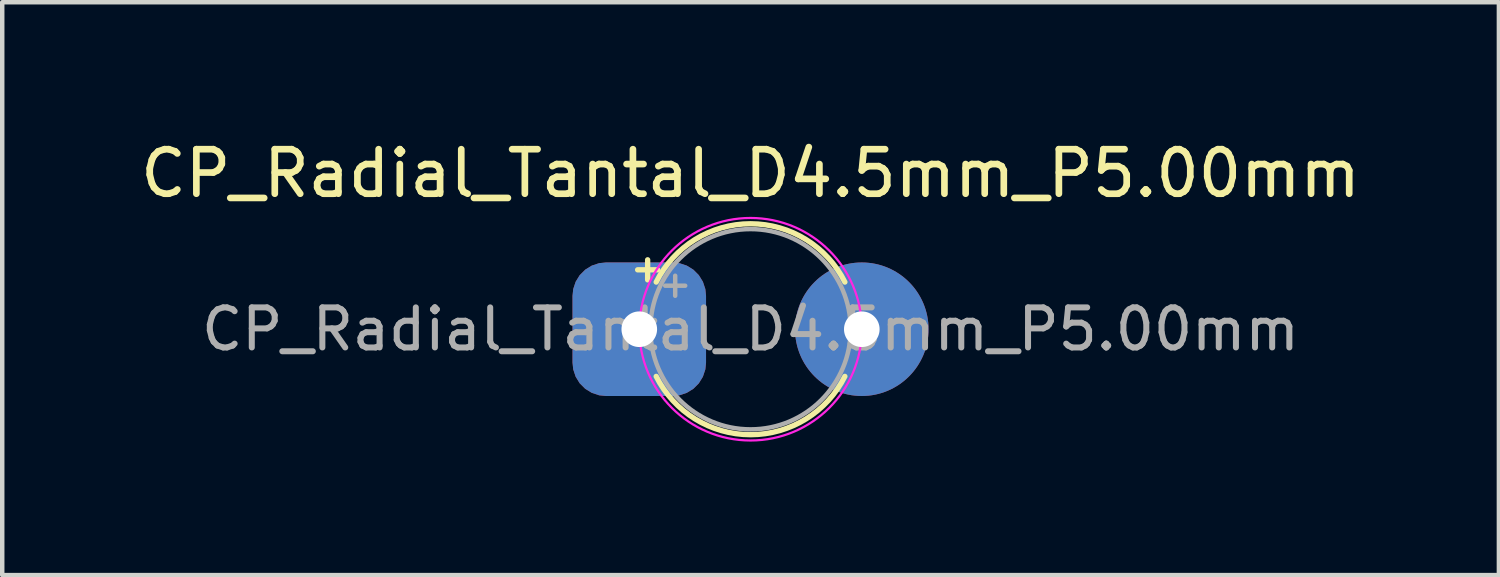
<source format=kicad_pcb>
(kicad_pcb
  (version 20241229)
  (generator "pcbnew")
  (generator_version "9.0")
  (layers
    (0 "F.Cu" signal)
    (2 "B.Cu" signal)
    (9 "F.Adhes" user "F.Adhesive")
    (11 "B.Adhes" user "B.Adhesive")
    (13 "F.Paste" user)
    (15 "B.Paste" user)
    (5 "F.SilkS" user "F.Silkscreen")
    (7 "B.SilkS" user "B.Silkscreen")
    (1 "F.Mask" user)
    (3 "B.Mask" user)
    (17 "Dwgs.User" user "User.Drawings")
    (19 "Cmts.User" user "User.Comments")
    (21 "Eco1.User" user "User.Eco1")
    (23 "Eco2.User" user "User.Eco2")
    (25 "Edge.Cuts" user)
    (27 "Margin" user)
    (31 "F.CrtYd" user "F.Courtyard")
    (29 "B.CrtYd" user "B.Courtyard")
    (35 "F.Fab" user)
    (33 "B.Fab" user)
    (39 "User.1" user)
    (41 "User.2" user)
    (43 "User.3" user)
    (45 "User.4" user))
  (footprint "CP_Radial_Tantal_D4.5mm_P5.00mm"
    (layer "F.Cu")
    (at 11.315 4.348)
    (property "Reference" "CP_Radial_Tantal_D4.5mm_P5.00mm" (at 2.5 -3.5 0) (layer "F.SilkS") (effects (font (size 1 1) (thickness 0.15))))
    (attr through_hole)
    (fp_line (start -0.037 -1.335) (end 0.413 -1.335) (stroke (width 0.12) (type solid)) (layer "F.SilkS"))
    (fp_line (start 0.188 -1.56) (end 0.188 -1.11) (stroke (width 0.12) (type solid)) (layer "F.SilkS"))
    (fp_arc (start 0.380259 -1.06) (mid 2.5 -2.37) (end 4.619741 -1.06) (stroke (width 0.12) (type solid)) (layer "F.SilkS"))
    (fp_arc (start 4.619741 1.06) (mid 2.5 2.37) (end 0.380259 1.06) (stroke (width 0.12) (type solid)) (layer "F.SilkS"))
    (fp_circle (center 2.5 0) (end 5 0) (stroke (width 0.05) (type solid)) (fill no) (layer "F.CrtYd"))
    (fp_line (start 0.582 -0.978) (end 1.032 -0.978) (stroke (width 0.1) (type solid)) (layer "F.Fab"))
    (fp_line (start 0.807 -1.202) (end 0.807 -0.752) (stroke (width 0.1) (type solid)) (layer "F.Fab"))
    (fp_circle (center 2.5 0) (end 4.75 0) (stroke (width 0.1) (type solid)) (fill no) (layer "F.Fab"))
    (fp_text user "${REFERENCE}" (at 2.5 0 0) (layer "F.Fab") (effects (font (size 0.9 0.9) (thickness 0.135))))
    (pad "1" thru_hole roundrect (at 0 0) (size 3 3) (drill 0.8) (layers "*.Cu" "*.Mask") (roundrect_rratio 0.25))
    (pad "2" thru_hole circle (at 5 0) (size 3 3) (drill 0.8) (layers "*.Cu" "*.Mask")))
  (gr_rect
    (start -3 -3)
    (end 30.631 9.873)
    (stroke (width 0.1) (type default))
    (fill no)
    (layer "Edge.Cuts")))
</source>
